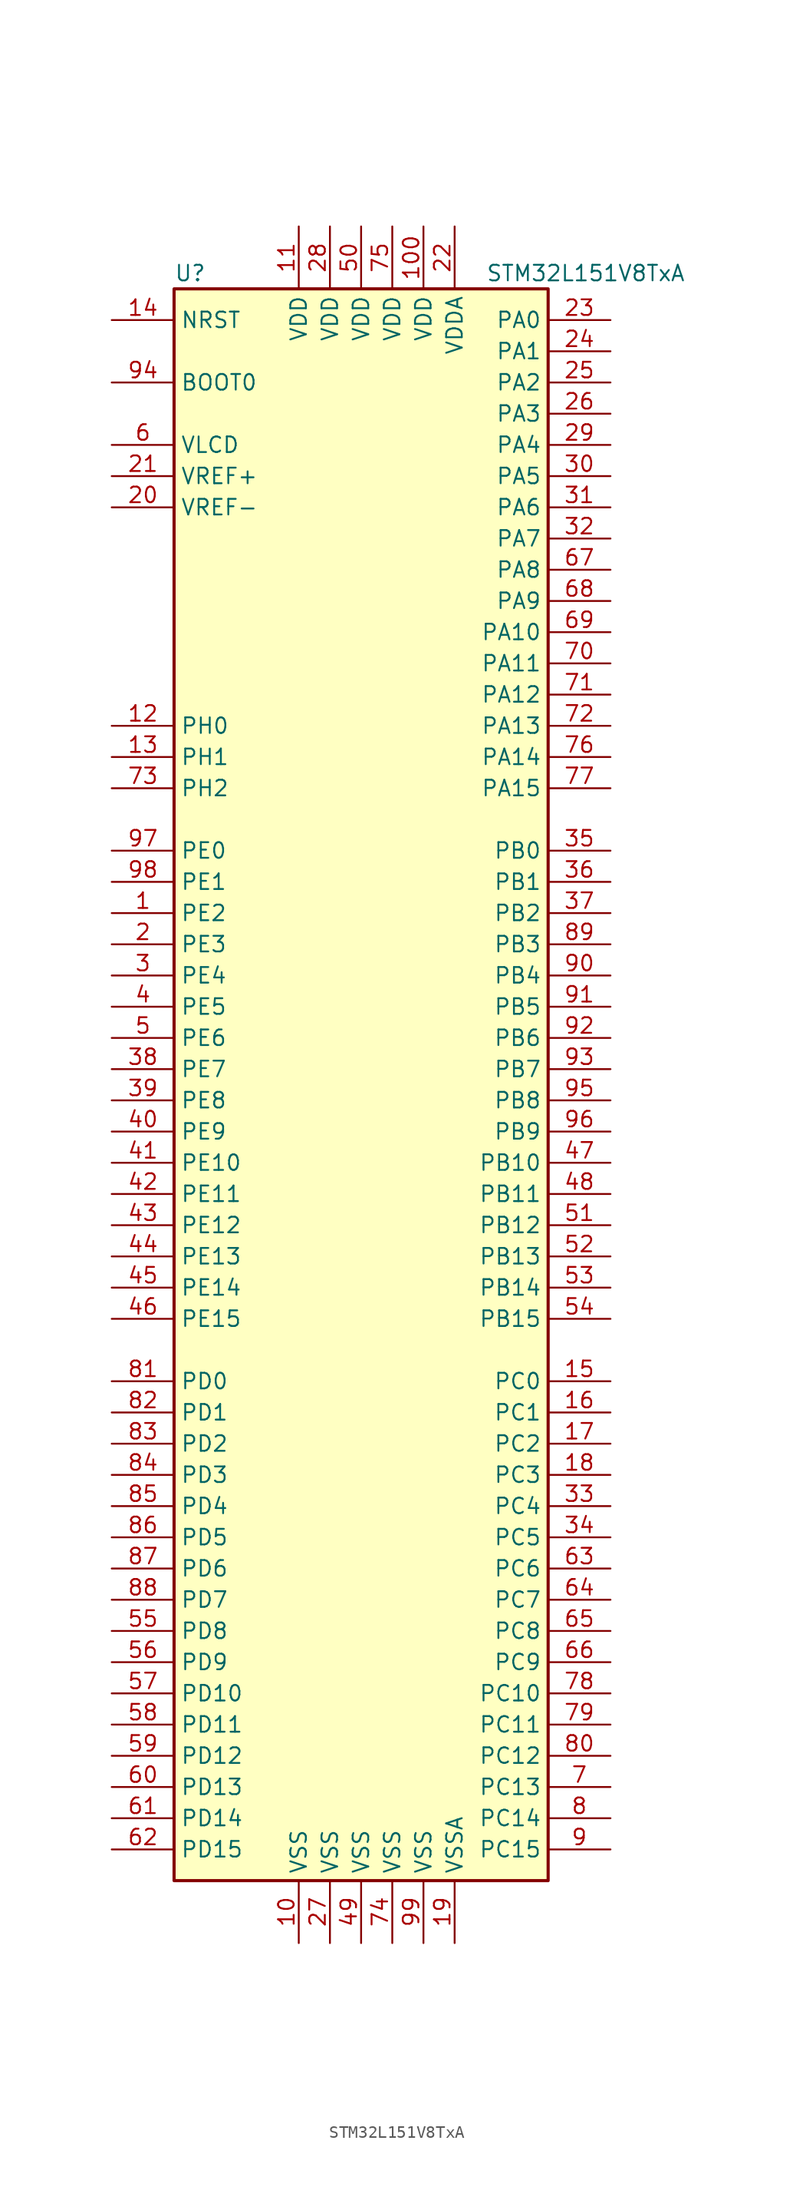
<source format=kicad_sym>
(kicad_symbol_lib
  (version 20201005)
  (generator kicad_symbol_editor)
  (symbol "MCU_ST_STM32L1:STM32L151V8TxA"
    (property "Reference" "U"
      (at -15.24 64.77 0)
      (effects (font (size 1.27 1.27)) (justify left)))
    (property "Value" "STM32L151V8TxA"
      (at 10.16 64.77 0)
      (effects (font (size 1.27 1.27)) (justify left)))
    (symbol "STM32L151V8TxA_0_1"
      (rectangle (start -15.24 -66.04) (end 15.24 63.5) (stroke (width 0.254)) (fill (type background))))
    (symbol "STM32L151V8TxA_1_1"
      (pin input line (at -20.32 55.88 0) (length 5.08) (name "BOOT0" (effects (font (size 1.27 1.27)))) (number "94" (effects (font (size 1.27 1.27)))))
      (pin input line (at -20.32 60.96 0) (length 5.08) (name "NRST" (effects (font (size 1.27 1.27)))) (number "14" (effects (font (size 1.27 1.27)))))
      (pin bidirectional line (at 20.32 60.96 180) (length 5.08) (name "PA0" (effects (font (size 1.27 1.27)))) (number "23" (effects (font (size 1.27 1.27)))))
      (pin bidirectional line (at 20.32 58.42 180) (length 5.08) (name "PA1" (effects (font (size 1.27 1.27)))) (number "24" (effects (font (size 1.27 1.27)))))
      (pin bidirectional line (at 20.32 35.56 180) (length 5.08) (name "PA10" (effects (font (size 1.27 1.27)))) (number "69" (effects (font (size 1.27 1.27)))))
      (pin bidirectional line (at 20.32 33.02 180) (length 5.08) (name "PA11" (effects (font (size 1.27 1.27)))) (number "70" (effects (font (size 1.27 1.27)))))
      (pin bidirectional line (at 20.32 30.48 180) (length 5.08) (name "PA12" (effects (font (size 1.27 1.27)))) (number "71" (effects (font (size 1.27 1.27)))))
      (pin bidirectional line (at 20.32 27.94 180) (length 5.08) (name "PA13" (effects (font (size 1.27 1.27)))) (number "72" (effects (font (size 1.27 1.27)))))
      (pin bidirectional line (at 20.32 25.4 180) (length 5.08) (name "PA14" (effects (font (size 1.27 1.27)))) (number "76" (effects (font (size 1.27 1.27)))))
      (pin bidirectional line (at 20.32 22.86 180) (length 5.08) (name "PA15" (effects (font (size 1.27 1.27)))) (number "77" (effects (font (size 1.27 1.27)))))
      (pin bidirectional line (at 20.32 55.88 180) (length 5.08) (name "PA2" (effects (font (size 1.27 1.27)))) (number "25" (effects (font (size 1.27 1.27)))))
      (pin bidirectional line (at 20.32 53.34 180) (length 5.08) (name "PA3" (effects (font (size 1.27 1.27)))) (number "26" (effects (font (size 1.27 1.27)))))
      (pin bidirectional line (at 20.32 50.8 180) (length 5.08) (name "PA4" (effects (font (size 1.27 1.27)))) (number "29" (effects (font (size 1.27 1.27)))))
      (pin bidirectional line (at 20.32 48.26 180) (length 5.08) (name "PA5" (effects (font (size 1.27 1.27)))) (number "30" (effects (font (size 1.27 1.27)))))
      (pin bidirectional line (at 20.32 45.72 180) (length 5.08) (name "PA6" (effects (font (size 1.27 1.27)))) (number "31" (effects (font (size 1.27 1.27)))))
      (pin bidirectional line (at 20.32 43.18 180) (length 5.08) (name "PA7" (effects (font (size 1.27 1.27)))) (number "32" (effects (font (size 1.27 1.27)))))
      (pin bidirectional line (at 20.32 40.64 180) (length 5.08) (name "PA8" (effects (font (size 1.27 1.27)))) (number "67" (effects (font (size 1.27 1.27)))))
      (pin bidirectional line (at 20.32 38.1 180) (length 5.08) (name "PA9" (effects (font (size 1.27 1.27)))) (number "68" (effects (font (size 1.27 1.27)))))
      (pin bidirectional line (at 20.32 17.78 180) (length 5.08) (name "PB0" (effects (font (size 1.27 1.27)))) (number "35" (effects (font (size 1.27 1.27)))))
      (pin bidirectional line (at 20.32 15.24 180) (length 5.08) (name "PB1" (effects (font (size 1.27 1.27)))) (number "36" (effects (font (size 1.27 1.27)))))
      (pin bidirectional line (at 20.32 -7.62 180) (length 5.08) (name "PB10" (effects (font (size 1.27 1.27)))) (number "47" (effects (font (size 1.27 1.27)))))
      (pin bidirectional line (at 20.32 -10.16 180) (length 5.08) (name "PB11" (effects (font (size 1.27 1.27)))) (number "48" (effects (font (size 1.27 1.27)))))
      (pin bidirectional line (at 20.32 -12.7 180) (length 5.08) (name "PB12" (effects (font (size 1.27 1.27)))) (number "51" (effects (font (size 1.27 1.27)))))
      (pin bidirectional line (at 20.32 -15.24 180) (length 5.08) (name "PB13" (effects (font (size 1.27 1.27)))) (number "52" (effects (font (size 1.27 1.27)))))
      (pin bidirectional line (at 20.32 -17.78 180) (length 5.08) (name "PB14" (effects (font (size 1.27 1.27)))) (number "53" (effects (font (size 1.27 1.27)))))
      (pin bidirectional line (at 20.32 -20.32 180) (length 5.08) (name "PB15" (effects (font (size 1.27 1.27)))) (number "54" (effects (font (size 1.27 1.27)))))
      (pin bidirectional line (at 20.32 12.7 180) (length 5.08) (name "PB2" (effects (font (size 1.27 1.27)))) (number "37" (effects (font (size 1.27 1.27)))))
      (pin bidirectional line (at 20.32 10.16 180) (length 5.08) (name "PB3" (effects (font (size 1.27 1.27)))) (number "89" (effects (font (size 1.27 1.27)))))
      (pin bidirectional line (at 20.32 7.62 180) (length 5.08) (name "PB4" (effects (font (size 1.27 1.27)))) (number "90" (effects (font (size 1.27 1.27)))))
      (pin bidirectional line (at 20.32 5.08 180) (length 5.08) (name "PB5" (effects (font (size 1.27 1.27)))) (number "91" (effects (font (size 1.27 1.27)))))
      (pin bidirectional line (at 20.32 2.54 180) (length 5.08) (name "PB6" (effects (font (size 1.27 1.27)))) (number "92" (effects (font (size 1.27 1.27)))))
      (pin bidirectional line (at 20.32 0 180) (length 5.08) (name "PB7" (effects (font (size 1.27 1.27)))) (number "93" (effects (font (size 1.27 1.27)))))
      (pin bidirectional line (at 20.32 -2.54 180) (length 5.08) (name "PB8" (effects (font (size 1.27 1.27)))) (number "95" (effects (font (size 1.27 1.27)))))
      (pin bidirectional line (at 20.32 -5.08 180) (length 5.08) (name "PB9" (effects (font (size 1.27 1.27)))) (number "96" (effects (font (size 1.27 1.27)))))
      (pin bidirectional line (at 20.32 -25.4 180) (length 5.08) (name "PC0" (effects (font (size 1.27 1.27)))) (number "15" (effects (font (size 1.27 1.27)))))
      (pin bidirectional line (at 20.32 -27.94 180) (length 5.08) (name "PC1" (effects (font (size 1.27 1.27)))) (number "16" (effects (font (size 1.27 1.27)))))
      (pin bidirectional line (at 20.32 -50.8 180) (length 5.08) (name "PC10" (effects (font (size 1.27 1.27)))) (number "78" (effects (font (size 1.27 1.27)))))
      (pin bidirectional line (at 20.32 -53.34 180) (length 5.08) (name "PC11" (effects (font (size 1.27 1.27)))) (number "79" (effects (font (size 1.27 1.27)))))
      (pin bidirectional line (at 20.32 -55.88 180) (length 5.08) (name "PC12" (effects (font (size 1.27 1.27)))) (number "80" (effects (font (size 1.27 1.27)))))
      (pin bidirectional line (at 20.32 -58.42 180) (length 5.08) (name "PC13" (effects (font (size 1.27 1.27)))) (number "7" (effects (font (size 1.27 1.27)))))
      (pin bidirectional line (at 20.32 -60.96 180) (length 5.08) (name "PC14" (effects (font (size 1.27 1.27)))) (number "8" (effects (font (size 1.27 1.27)))))
      (pin bidirectional line (at 20.32 -63.5 180) (length 5.08) (name "PC15" (effects (font (size 1.27 1.27)))) (number "9" (effects (font (size 1.27 1.27)))))
      (pin bidirectional line (at 20.32 -30.48 180) (length 5.08) (name "PC2" (effects (font (size 1.27 1.27)))) (number "17" (effects (font (size 1.27 1.27)))))
      (pin bidirectional line (at 20.32 -33.02 180) (length 5.08) (name "PC3" (effects (font (size 1.27 1.27)))) (number "18" (effects (font (size 1.27 1.27)))))
      (pin bidirectional line (at 20.32 -35.56 180) (length 5.08) (name "PC4" (effects (font (size 1.27 1.27)))) (number "33" (effects (font (size 1.27 1.27)))))
      (pin bidirectional line (at 20.32 -38.1 180) (length 5.08) (name "PC5" (effects (font (size 1.27 1.27)))) (number "34" (effects (font (size 1.27 1.27)))))
      (pin bidirectional line (at 20.32 -40.64 180) (length 5.08) (name "PC6" (effects (font (size 1.27 1.27)))) (number "63" (effects (font (size 1.27 1.27)))))
      (pin bidirectional line (at 20.32 -43.18 180) (length 5.08) (name "PC7" (effects (font (size 1.27 1.27)))) (number "64" (effects (font (size 1.27 1.27)))))
      (pin bidirectional line (at 20.32 -45.72 180) (length 5.08) (name "PC8" (effects (font (size 1.27 1.27)))) (number "65" (effects (font (size 1.27 1.27)))))
      (pin bidirectional line (at 20.32 -48.26 180) (length 5.08) (name "PC9" (effects (font (size 1.27 1.27)))) (number "66" (effects (font (size 1.27 1.27)))))
      (pin bidirectional line (at -20.32 -25.4 0) (length 5.08) (name "PD0" (effects (font (size 1.27 1.27)))) (number "81" (effects (font (size 1.27 1.27)))))
      (pin bidirectional line (at -20.32 -27.94 0) (length 5.08) (name "PD1" (effects (font (size 1.27 1.27)))) (number "82" (effects (font (size 1.27 1.27)))))
      (pin bidirectional line (at -20.32 -50.8 0) (length 5.08) (name "PD10" (effects (font (size 1.27 1.27)))) (number "57" (effects (font (size 1.27 1.27)))))
      (pin bidirectional line (at -20.32 -53.34 0) (length 5.08) (name "PD11" (effects (font (size 1.27 1.27)))) (number "58" (effects (font (size 1.27 1.27)))))
      (pin bidirectional line (at -20.32 -55.88 0) (length 5.08) (name "PD12" (effects (font (size 1.27 1.27)))) (number "59" (effects (font (size 1.27 1.27)))))
      (pin bidirectional line (at -20.32 -58.42 0) (length 5.08) (name "PD13" (effects (font (size 1.27 1.27)))) (number "60" (effects (font (size 1.27 1.27)))))
      (pin bidirectional line (at -20.32 -60.96 0) (length 5.08) (name "PD14" (effects (font (size 1.27 1.27)))) (number "61" (effects (font (size 1.27 1.27)))))
      (pin bidirectional line (at -20.32 -63.5 0) (length 5.08) (name "PD15" (effects (font (size 1.27 1.27)))) (number "62" (effects (font (size 1.27 1.27)))))
      (pin bidirectional line (at -20.32 -30.48 0) (length 5.08) (name "PD2" (effects (font (size 1.27 1.27)))) (number "83" (effects (font (size 1.27 1.27)))))
      (pin bidirectional line (at -20.32 -33.02 0) (length 5.08) (name "PD3" (effects (font (size 1.27 1.27)))) (number "84" (effects (font (size 1.27 1.27)))))
      (pin bidirectional line (at -20.32 -35.56 0) (length 5.08) (name "PD4" (effects (font (size 1.27 1.27)))) (number "85" (effects (font (size 1.27 1.27)))))
      (pin bidirectional line (at -20.32 -38.1 0) (length 5.08) (name "PD5" (effects (font (size 1.27 1.27)))) (number "86" (effects (font (size 1.27 1.27)))))
      (pin bidirectional line (at -20.32 -40.64 0) (length 5.08) (name "PD6" (effects (font (size 1.27 1.27)))) (number "87" (effects (font (size 1.27 1.27)))))
      (pin bidirectional line (at -20.32 -43.18 0) (length 5.08) (name "PD7" (effects (font (size 1.27 1.27)))) (number "88" (effects (font (size 1.27 1.27)))))
      (pin bidirectional line (at -20.32 -45.72 0) (length 5.08) (name "PD8" (effects (font (size 1.27 1.27)))) (number "55" (effects (font (size 1.27 1.27)))))
      (pin bidirectional line (at -20.32 -48.26 0) (length 5.08) (name "PD9" (effects (font (size 1.27 1.27)))) (number "56" (effects (font (size 1.27 1.27)))))
      (pin bidirectional line (at -20.32 17.78 0) (length 5.08) (name "PE0" (effects (font (size 1.27 1.27)))) (number "97" (effects (font (size 1.27 1.27)))))
      (pin bidirectional line (at -20.32 15.24 0) (length 5.08) (name "PE1" (effects (font (size 1.27 1.27)))) (number "98" (effects (font (size 1.27 1.27)))))
      (pin bidirectional line (at -20.32 -7.62 0) (length 5.08) (name "PE10" (effects (font (size 1.27 1.27)))) (number "41" (effects (font (size 1.27 1.27)))))
      (pin bidirectional line (at -20.32 -10.16 0) (length 5.08) (name "PE11" (effects (font (size 1.27 1.27)))) (number "42" (effects (font (size 1.27 1.27)))))
      (pin bidirectional line (at -20.32 -12.7 0) (length 5.08) (name "PE12" (effects (font (size 1.27 1.27)))) (number "43" (effects (font (size 1.27 1.27)))))
      (pin bidirectional line (at -20.32 -15.24 0) (length 5.08) (name "PE13" (effects (font (size 1.27 1.27)))) (number "44" (effects (font (size 1.27 1.27)))))
      (pin bidirectional line (at -20.32 -17.78 0) (length 5.08) (name "PE14" (effects (font (size 1.27 1.27)))) (number "45" (effects (font (size 1.27 1.27)))))
      (pin bidirectional line (at -20.32 -20.32 0) (length 5.08) (name "PE15" (effects (font (size 1.27 1.27)))) (number "46" (effects (font (size 1.27 1.27)))))
      (pin bidirectional line (at -20.32 12.7 0) (length 5.08) (name "PE2" (effects (font (size 1.27 1.27)))) (number "1" (effects (font (size 1.27 1.27)))))
      (pin bidirectional line (at -20.32 10.16 0) (length 5.08) (name "PE3" (effects (font (size 1.27 1.27)))) (number "2" (effects (font (size 1.27 1.27)))))
      (pin bidirectional line (at -20.32 7.62 0) (length 5.08) (name "PE4" (effects (font (size 1.27 1.27)))) (number "3" (effects (font (size 1.27 1.27)))))
      (pin bidirectional line (at -20.32 5.08 0) (length 5.08) (name "PE5" (effects (font (size 1.27 1.27)))) (number "4" (effects (font (size 1.27 1.27)))))
      (pin bidirectional line (at -20.32 2.54 0) (length 5.08) (name "PE6" (effects (font (size 1.27 1.27)))) (number "5" (effects (font (size 1.27 1.27)))))
      (pin bidirectional line (at -20.32 0 0) (length 5.08) (name "PE7" (effects (font (size 1.27 1.27)))) (number "38" (effects (font (size 1.27 1.27)))))
      (pin bidirectional line (at -20.32 -2.54 0) (length 5.08) (name "PE8" (effects (font (size 1.27 1.27)))) (number "39" (effects (font (size 1.27 1.27)))))
      (pin bidirectional line (at -20.32 -5.08 0) (length 5.08) (name "PE9" (effects (font (size 1.27 1.27)))) (number "40" (effects (font (size 1.27 1.27)))))
      (pin input line (at -20.32 27.94 0) (length 5.08) (name "PH0" (effects (font (size 1.27 1.27)))) (number "12" (effects (font (size 1.27 1.27)))))
      (pin input line (at -20.32 25.4 0) (length 5.08) (name "PH1" (effects (font (size 1.27 1.27)))) (number "13" (effects (font (size 1.27 1.27)))))
      (pin bidirectional line (at -20.32 22.86 0) (length 5.08) (name "PH2" (effects (font (size 1.27 1.27)))) (number "73" (effects (font (size 1.27 1.27)))))
      (pin power_in line (at 5.08 68.58 270) (length 5.08) (name "VDD" (effects (font (size 1.27 1.27)))) (number "100" (effects (font (size 1.27 1.27)))))
      (pin power_in line (at -5.08 68.58 270) (length 5.08) (name "VDD" (effects (font (size 1.27 1.27)))) (number "11" (effects (font (size 1.27 1.27)))))
      (pin power_in line (at -2.54 68.58 270) (length 5.08) (name "VDD" (effects (font (size 1.27 1.27)))) (number "28" (effects (font (size 1.27 1.27)))))
      (pin power_in line (at 0 68.58 270) (length 5.08) (name "VDD" (effects (font (size 1.27 1.27)))) (number "50" (effects (font (size 1.27 1.27)))))
      (pin power_in line (at 2.54 68.58 270) (length 5.08) (name "VDD" (effects (font (size 1.27 1.27)))) (number "75" (effects (font (size 1.27 1.27)))))
      (pin power_in line (at 7.62 68.58 270) (length 5.08) (name "VDDA" (effects (font (size 1.27 1.27)))) (number "22" (effects (font (size 1.27 1.27)))))
      (pin power_in line (at -20.32 50.8 0) (length 5.08) (name "VLCD" (effects (font (size 1.27 1.27)))) (number "6" (effects (font (size 1.27 1.27)))))
      (pin power_in line (at -20.32 48.26 0) (length 5.08) (name "VREF+" (effects (font (size 1.27 1.27)))) (number "21" (effects (font (size 1.27 1.27)))))
      (pin power_in line (at -20.32 45.72 0) (length 5.08) (name "VREF-" (effects (font (size 1.27 1.27)))) (number "20" (effects (font (size 1.27 1.27)))))
      (pin power_in line (at -5.08 -71.12 90) (length 5.08) (name "VSS" (effects (font (size 1.27 1.27)))) (number "10" (effects (font (size 1.27 1.27)))))
      (pin power_in line (at -2.54 -71.12 90) (length 5.08) (name "VSS" (effects (font (size 1.27 1.27)))) (number "27" (effects (font (size 1.27 1.27)))))
      (pin power_in line (at 0 -71.12 90) (length 5.08) (name "VSS" (effects (font (size 1.27 1.27)))) (number "49" (effects (font (size 1.27 1.27)))))
      (pin power_in line (at 2.54 -71.12 90) (length 5.08) (name "VSS" (effects (font (size 1.27 1.27)))) (number "74" (effects (font (size 1.27 1.27)))))
      (pin power_in line (at 5.08 -71.12 90) (length 5.08) (name "VSS" (effects (font (size 1.27 1.27)))) (number "99" (effects (font (size 1.27 1.27)))))
      (pin power_in line (at 7.62 -71.12 90) (length 5.08) (name "VSSA" (effects (font (size 1.27 1.27)))) (number "19" (effects (font (size 1.27 1.27))))))))
</source>
